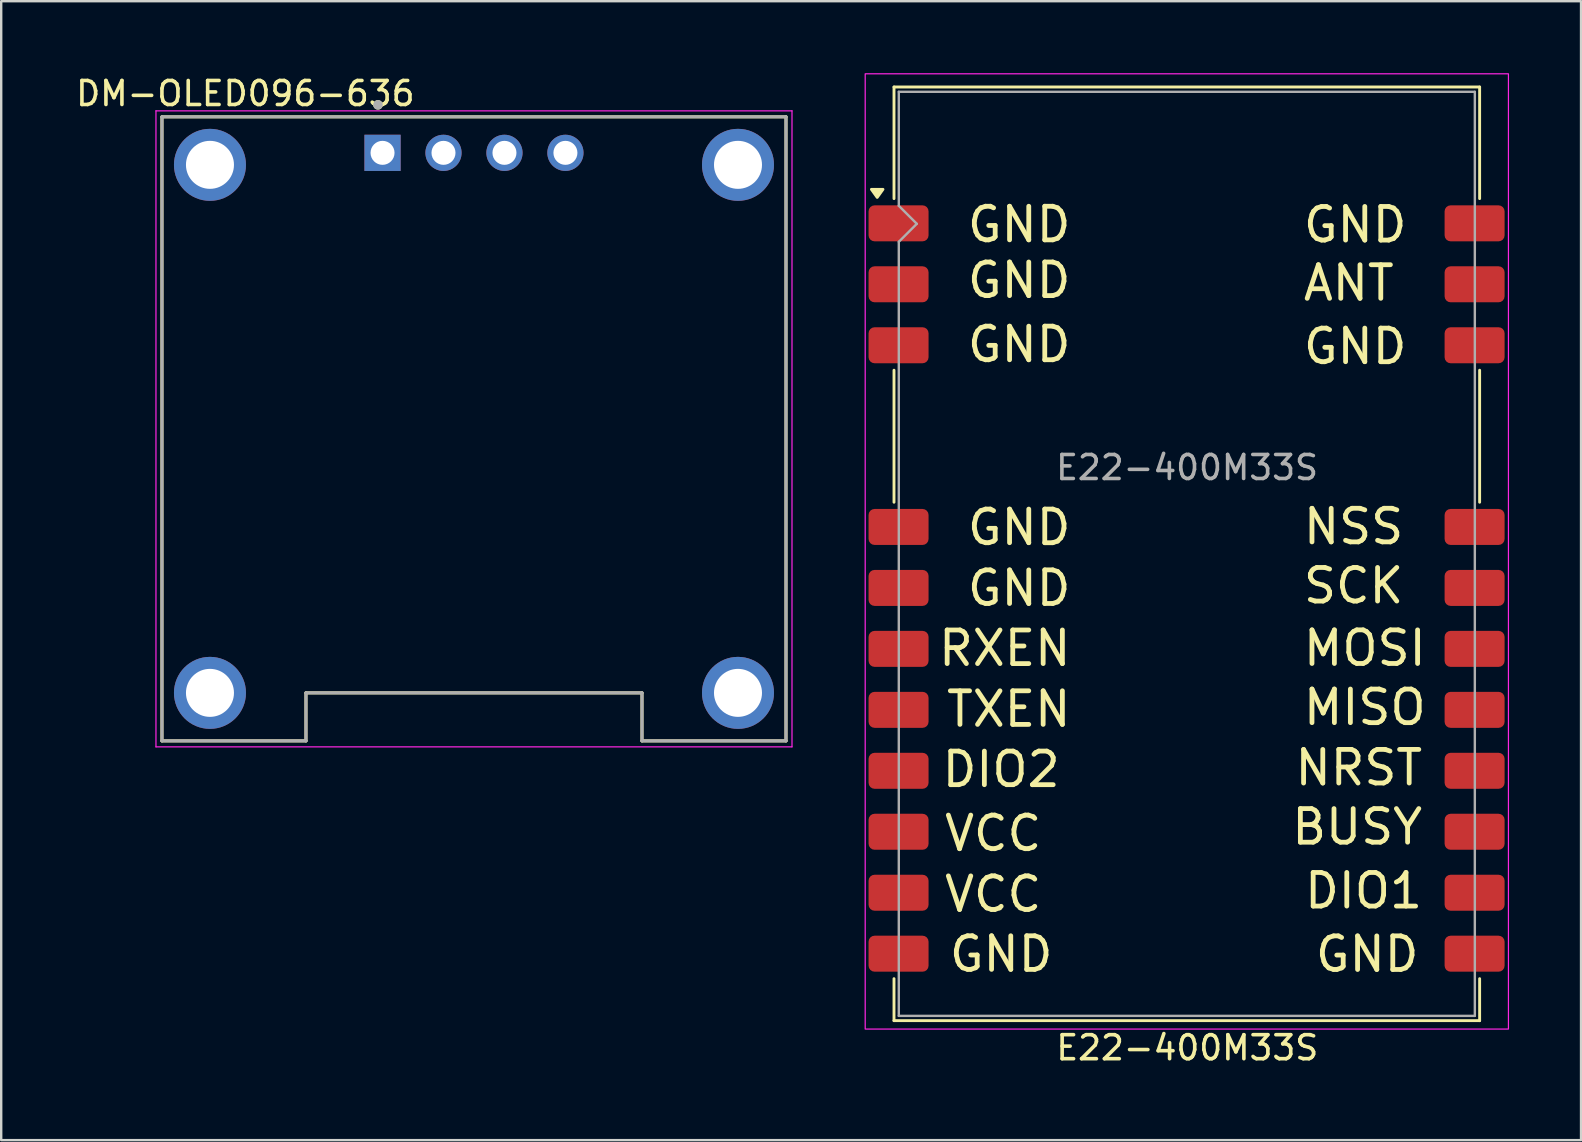
<source format=kicad_pcb>
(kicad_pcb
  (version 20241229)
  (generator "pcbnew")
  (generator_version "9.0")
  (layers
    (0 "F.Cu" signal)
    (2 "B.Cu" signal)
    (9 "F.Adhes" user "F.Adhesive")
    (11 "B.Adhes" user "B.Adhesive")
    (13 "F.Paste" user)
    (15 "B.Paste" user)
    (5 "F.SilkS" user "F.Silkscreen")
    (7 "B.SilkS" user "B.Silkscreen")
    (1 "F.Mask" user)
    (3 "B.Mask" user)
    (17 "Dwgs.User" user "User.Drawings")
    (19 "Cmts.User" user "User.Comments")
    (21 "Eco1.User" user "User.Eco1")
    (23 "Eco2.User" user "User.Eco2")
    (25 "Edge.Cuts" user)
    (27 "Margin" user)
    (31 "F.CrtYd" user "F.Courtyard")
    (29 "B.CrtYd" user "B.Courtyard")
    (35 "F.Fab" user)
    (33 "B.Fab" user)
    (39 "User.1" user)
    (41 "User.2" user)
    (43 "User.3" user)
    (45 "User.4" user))
  (footprint "DM-OLED096-636"
    (layer "F.Cu")
    (at 16.698 14.818)
    (property "Reference" "DM-OLED096-636" (at -9.525 -13.97 0) (layer "F.SilkS") (effects (font (size 1 1) (thickness 0.15))))
    (attr through_hole)
    (fp_line (start -13 -13) (end 13 -13) (stroke (width 0.127) (type solid)) (layer "F.SilkS"))
    (fp_line (start -13 13) (end -13 -13) (stroke (width 0.127) (type solid)) (layer "F.SilkS"))
    (fp_line (start -7 11) (end -7 13) (stroke (width 0.127) (type solid)) (layer "F.SilkS"))
    (fp_line (start -7 13) (end -13 13) (stroke (width 0.127) (type solid)) (layer "F.SilkS"))
    (fp_line (start 7 11) (end -7 11) (stroke (width 0.127) (type solid)) (layer "F.SilkS"))
    (fp_line (start 7 13) (end 7 11) (stroke (width 0.127) (type solid)) (layer "F.SilkS"))
    (fp_line (start 13 -13) (end 13 13) (stroke (width 0.127) (type solid)) (layer "F.SilkS"))
    (fp_line (start 13 13) (end 7 13) (stroke (width 0.127) (type solid)) (layer "F.SilkS"))
    (fp_circle (center -4 -13.5) (end -3.9 -13.5) (stroke (width 0.2) (type solid)) (fill no) (layer "F.SilkS"))
    (fp_line (start -13.25 -13.25) (end 13.25 -13.25) (stroke (width 0.05) (type solid)) (layer "F.CrtYd"))
    (fp_line (start -13.25 13.25) (end -13.25 -13.25) (stroke (width 0.05) (type solid)) (layer "F.CrtYd"))
    (fp_line (start 13.25 -13.25) (end 13.25 13.25) (stroke (width 0.05) (type solid)) (layer "F.CrtYd"))
    (fp_line (start 13.25 13.25) (end -13.25 13.25) (stroke (width 0.05) (type solid)) (layer "F.CrtYd"))
    (fp_line (start -13 -13) (end 13 -13) (stroke (width 0.127) (type solid)) (layer "F.Fab"))
    (fp_line (start -13 13) (end -13 -13) (stroke (width 0.127) (type solid)) (layer "F.Fab"))
    (fp_line (start -7 11) (end 7 11) (stroke (width 0.127) (type solid)) (layer "F.Fab"))
    (fp_line (start -7 13) (end -13 13) (stroke (width 0.127) (type solid)) (layer "F.Fab"))
    (fp_line (start -7 13) (end -7 11) (stroke (width 0.127) (type solid)) (layer "F.Fab"))
    (fp_line (start 7 11) (end 7 13) (stroke (width 0.127) (type solid)) (layer "F.Fab"))
    (fp_line (start 13 -13) (end 13 13) (stroke (width 0.127) (type solid)) (layer "F.Fab"))
    (fp_line (start 13 13) (end 7 13) (stroke (width 0.127) (type solid)) (layer "F.Fab"))
    (fp_circle (center -4 -13.5) (end -3.9 -13.5) (stroke (width 0.2) (type solid)) (fill no) (layer "F.Fab"))
    (pad "1" thru_hole rect (at -3.81 -11.5) (size 1.508 1.508) (drill 1) (layers "*.Cu" "*.Mask"))
    (pad "2" thru_hole circle (at -1.27 -11.5) (size 1.508 1.508) (drill 1) (layers "*.Cu" "*.Mask"))
    (pad "3" thru_hole circle (at 1.27 -11.5) (size 1.508 1.508) (drill 1) (layers "*.Cu" "*.Mask"))
    (pad "4" thru_hole circle (at 3.81 -11.5) (size 1.508 1.508) (drill 1) (layers "*.Cu" "*.Mask"))
    (pad "S1" thru_hole circle (at -11 -11) (size 3 3) (drill 2) (layers "*.Cu" "*.Mask"))
    (pad "S2" thru_hole circle (at 11 -11) (size 3 3) (drill 2) (layers "*.Cu" "*.Mask"))
    (pad "S3" thru_hole circle (at 11 11) (size 3 3) (drill 2) (layers "*.Cu" "*.Mask"))
    (pad "S4" thru_hole circle (at -11 11) (size 3 3) (drill 2) (layers "*.Cu" "*.Mask")))
  (footprint "E22-400M33S"
    (layer "F.Cu")
    (at 46.398 17.025)
    (property "Reference" "E22-400M33S" (at 0.02 23.58 0) (unlocked yes) (layer "F.SilkS") (effects (font (size 1 1) (thickness 0.15))))
    (attr smd)
    (fp_line (start -12.2 -11.8) (end -12.2 -16.45) (stroke (width 0.12) (type solid)) (layer "F.SilkS"))
    (fp_line (start -12.2 0.85) (end -12.2 -4.65) (stroke (width 0.12) (type solid)) (layer "F.SilkS"))
    (fp_line (start -12.2 20.7) (end -12.2 22.45) (stroke (width 0.12) (type solid)) (layer "F.SilkS"))
    (fp_line (start 12.2 -16.45) (end -12.2 -16.45) (stroke (width 0.12) (type solid)) (layer "F.SilkS"))
    (fp_line (start 12.2 -11.8) (end 12.2 -16.45) (stroke (width 0.12) (type solid)) (layer "F.SilkS"))
    (fp_line (start 12.2 0.85) (end 12.2 -4.65) (stroke (width 0.12) (type solid)) (layer "F.SilkS"))
    (fp_line (start 12.2 20.7) (end 12.2 22.45) (stroke (width 0.12) (type solid)) (layer "F.SilkS"))
    (fp_line (start 12.2 22.45) (end -12.2 22.45) (stroke (width 0.12) (type solid)) (layer "F.SilkS"))
    (fp_poly (pts (xy -12.9 -11.85) (xy -13.14 -12.186) (xy -12.66 -12.186) (xy -12.9 -11.85)) (stroke (width 0.12) (type solid)) (fill yes) (layer "F.SilkS"))
    (fp_rect (start -13.4 -17) (end 13.4 22.8) (stroke (width 0.05) (type default)) (fill no) (layer "F.CrtYd"))
    (fp_line (start -12 -16.25) (end 12 -16.25) (stroke (width 0.1) (type default)) (layer "F.Fab"))
    (fp_line (start -12 -11.5) (end -12 -16.25) (stroke (width 0.1) (type default)) (layer "F.Fab"))
    (fp_line (start -12 -10) (end -11.25 -10.75) (stroke (width 0.1) (type default)) (layer "F.Fab"))
    (fp_line (start -12 22.25) (end -12 -10) (stroke (width 0.1) (type default)) (layer "F.Fab"))
    (fp_line (start -11.25 -10.75) (end -12 -11.5) (stroke (width 0.1) (type default)) (layer "F.Fab"))
    (fp_line (start 12 -16.25) (end 12 22.25) (stroke (width 0.1) (type default)) (layer "F.Fab"))
    (fp_line (start 12 22.25) (end -12 22.25) (stroke (width 0.1) (type default)) (layer "F.Fab"))
    (fp_text user "GND" (at -9.25 -4.904 0) (unlocked yes) (layer "F.SilkS") (effects (font (size 1.4 1.4) (thickness 0.2)) (justify left bottom)))
    (fp_text user "VCC" (at -10.2 18 0) (unlocked yes) (layer "F.SilkS") (effects (font (size 1.4 1.4) (thickness 0.2)) (justify left bottom)))
    (fp_text user "RXEN" (at -10.45 7.754 0) (unlocked yes) (layer "F.SilkS") (effects (font (size 1.4 1.4) (thickness 0.2)) (justify left bottom)))
    (fp_text user "ANT" (at 4.75 -7.464 0) (unlocked yes) (layer "F.SilkS") (effects (font (size 1.4 1.4) (thickness 0.2)) (justify left bottom)))
    (fp_text user "NSS" (at 4.75 2.684 0) (unlocked yes) (layer "F.SilkS") (effects (font (size 1.4 1.4) (thickness 0.2)) (justify left bottom)))
    (fp_text user "DIO1" (at 4.8 17.857 0) (unlocked yes) (layer "F.SilkS") (effects (font (size 1.4 1.4) (thickness 0.2)) (justify left bottom)))
    (fp_text user "SCK" (at 4.75 5.149 0) (unlocked yes) (layer "F.SilkS") (effects (font (size 1.4 1.4) (thickness 0.2)) (justify left bottom)))
    (fp_text user "MOSI" (at 4.75 7.75 0) (unlocked yes) (layer "F.SilkS") (effects (font (size 1.4 1.4) (thickness 0.2)) (justify left bottom)))
    (fp_text user "VCC" (at -10.2 15.467 0) (unlocked yes) (layer "F.SilkS") (effects (font (size 1.4 1.4) (thickness 0.2)) (justify left bottom)))
    (fp_text user "GND" (at 4.75 -4.823 0) (unlocked yes) (layer "F.SilkS") (effects (font (size 1.4 1.4) (thickness 0.2)) (justify left bottom)))
    (fp_text user "DIO2" (at -10.3 12.8 0) (unlocked yes) (layer "F.SilkS") (effects (font (size 1.4 1.4) (thickness 0.2)) (justify left bottom)))
    (fp_text user "BUSY" (at 4.267 15.196 0) (unlocked yes) (layer "F.SilkS") (effects (font (size 1.4 1.4) (thickness 0.2)) (justify left bottom)))
    (fp_text user "GND" (at -9.25 5.251 0) (unlocked yes) (layer "F.SilkS") (effects (font (size 1.4 1.4) (thickness 0.2)) (justify left bottom)))
    (fp_text user "GND" (at -10 20.495 0) (unlocked yes) (layer "F.SilkS") (effects (font (size 1.4 1.4) (thickness 0.2)) (justify left bottom)))
    (fp_text user "GND" (at -9.25 -9.9 0) (unlocked yes) (layer "F.SilkS") (effects (font (size 1.4 1.4) (thickness 0.2)) (justify left bottom)))
    (fp_text user "GND" (at 5.25 20.5 0) (unlocked yes) (layer "F.SilkS") (effects (font (size 1.4 1.4) (thickness 0.2)) (justify left bottom)))
    (fp_text user "GND" (at -9.25 2.718 0) (unlocked yes) (layer "F.SilkS") (effects (font (size 1.4 1.4) (thickness 0.2)) (justify left bottom)))
    (fp_text user "GND" (at -9.25 -7.577 0) (unlocked yes) (layer "F.SilkS") (effects (font (size 1.4 1.4) (thickness 0.2)) (justify left bottom)))
    (fp_text user "TXEN" (at -10.117 10.288 0) (unlocked yes) (layer "F.SilkS") (effects (font (size 1.4 1.4) (thickness 0.2)) (justify left bottom)))
    (fp_text user "MISO" (at 4.75 10.215 0) (unlocked yes) (layer "F.SilkS") (effects (font (size 1.4 1.4) (thickness 0.2)) (justify left bottom)))
    (fp_text user "NRST" (at 4.4 12.731 0) (unlocked yes) (layer "F.SilkS") (effects (font (size 1.4 1.4) (thickness 0.2)) (justify left bottom)))
    (fp_text user "GND" (at 4.75 -9.891 0) (unlocked yes) (layer "F.SilkS") (effects (font (size 1.4 1.4) (thickness 0.2)) (justify left bottom)))
    (fp_text user "${REFERENCE}" (at 0.01 -0.01 0) (unlocked yes) (layer "F.Fab") (effects (font (size 1 1) (thickness 0.15)) (justify bottom)))
    (pad "1" smd roundrect (at -12.01 -10.77 180) (size 2.5 1.5) (layers "F.Cu" "F.Mask" "F.Paste") (roundrect_rratio 0.167))
    (pad "2" smd roundrect (at -12.01 -8.23 180) (size 2.5 1.5) (layers "F.Cu" "F.Mask" "F.Paste") (roundrect_rratio 0.167))
    (pad "3" smd roundrect (at -12.01 -5.69 180) (size 2.5 1.5) (layers "F.Cu" "F.Mask" "F.Paste") (roundrect_rratio 0.167))
    (pad "4" smd roundrect (at -12.01 1.88 180) (size 2.5 1.5) (layers "F.Cu" "F.Mask" "F.Paste") (roundrect_rratio 0.167))
    (pad "5" smd roundrect (at -12.01 4.42 180) (size 2.5 1.5) (layers "F.Cu" "F.Mask" "F.Paste") (roundrect_rratio 0.167))
    (pad "6" smd roundrect (at -12.01 6.96 180) (size 2.5 1.5) (layers "F.Cu" "F.Mask" "F.Paste") (roundrect_rratio 0.167))
    (pad "7" smd roundrect (at -12.01 9.5 180) (size 2.5 1.5) (layers "F.Cu" "F.Mask" "F.Paste") (roundrect_rratio 0.167))
    (pad "8" smd roundrect (at -12.01 12.04 180) (size 2.5 1.5) (layers "F.Cu" "F.Mask" "F.Paste") (roundrect_rratio 0.167))
    (pad "9" smd roundrect (at -12.01 14.58 180) (size 2.5 1.5) (layers "F.Cu" "F.Mask" "F.Paste") (roundrect_rratio 0.167))
    (pad "10" smd roundrect (at -12.01 17.12 180) (size 2.5 1.5) (layers "F.Cu" "F.Mask" "F.Paste") (roundrect_rratio 0.167))
    (pad "11" smd roundrect (at -12.01 19.66 180) (size 2.5 1.5) (layers "F.Cu" "F.Mask" "F.Paste") (roundrect_rratio 0.167))
    (pad "12" smd roundrect (at 11.99 19.66 180) (size 2.5 1.5) (layers "F.Cu" "F.Mask" "F.Paste") (roundrect_rratio 0.167))
    (pad "13" smd roundrect (at 11.99 17.12 180) (size 2.5 1.5) (layers "F.Cu" "F.Mask" "F.Paste") (roundrect_rratio 0.167))
    (pad "14" smd roundrect (at 11.99 14.58 180) (size 2.5 1.5) (layers "F.Cu" "F.Mask" "F.Paste") (roundrect_rratio 0.167))
    (pad "15" smd roundrect (at 11.99 12.04 180) (size 2.5 1.5) (layers "F.Cu" "F.Mask" "F.Paste") (roundrect_rratio 0.167))
    (pad "16" smd roundrect (at 11.99 9.5 180) (size 2.5 1.5) (layers "F.Cu" "F.Mask" "F.Paste") (roundrect_rratio 0.167))
    (pad "17" smd roundrect (at 11.99 6.96 180) (size 2.5 1.5) (layers "F.Cu" "F.Mask" "F.Paste") (roundrect_rratio 0.167))
    (pad "18" smd roundrect (at 11.99 4.42 180) (size 2.5 1.5) (layers "F.Cu" "F.Mask" "F.Paste") (roundrect_rratio 0.167))
    (pad "19" smd roundrect (at 11.99 1.88 180) (size 2.5 1.5) (layers "F.Cu" "F.Mask" "F.Paste") (roundrect_rratio 0.167))
    (pad "20" smd roundrect (at 11.99 -5.69 180) (size 2.5 1.5) (layers "F.Cu" "F.Mask" "F.Paste") (roundrect_rratio 0.167))
    (pad "21" smd roundrect (at 11.99 -8.23 180) (size 2.5 1.5) (layers "F.Cu" "F.Mask" "F.Paste") (roundrect_rratio 0.167))
    (pad "22" smd roundrect (at 11.99 -10.77 180) (size 2.5 1.5) (layers "F.Cu" "F.Mask" "F.Paste") (roundrect_rratio 0.167)))
  (gr_rect
    (start -3 -3)
    (end 62.823 44.453)
    (stroke (width 0.1) (type default))
    (fill no)
    (layer "Edge.Cuts")))
</source>
